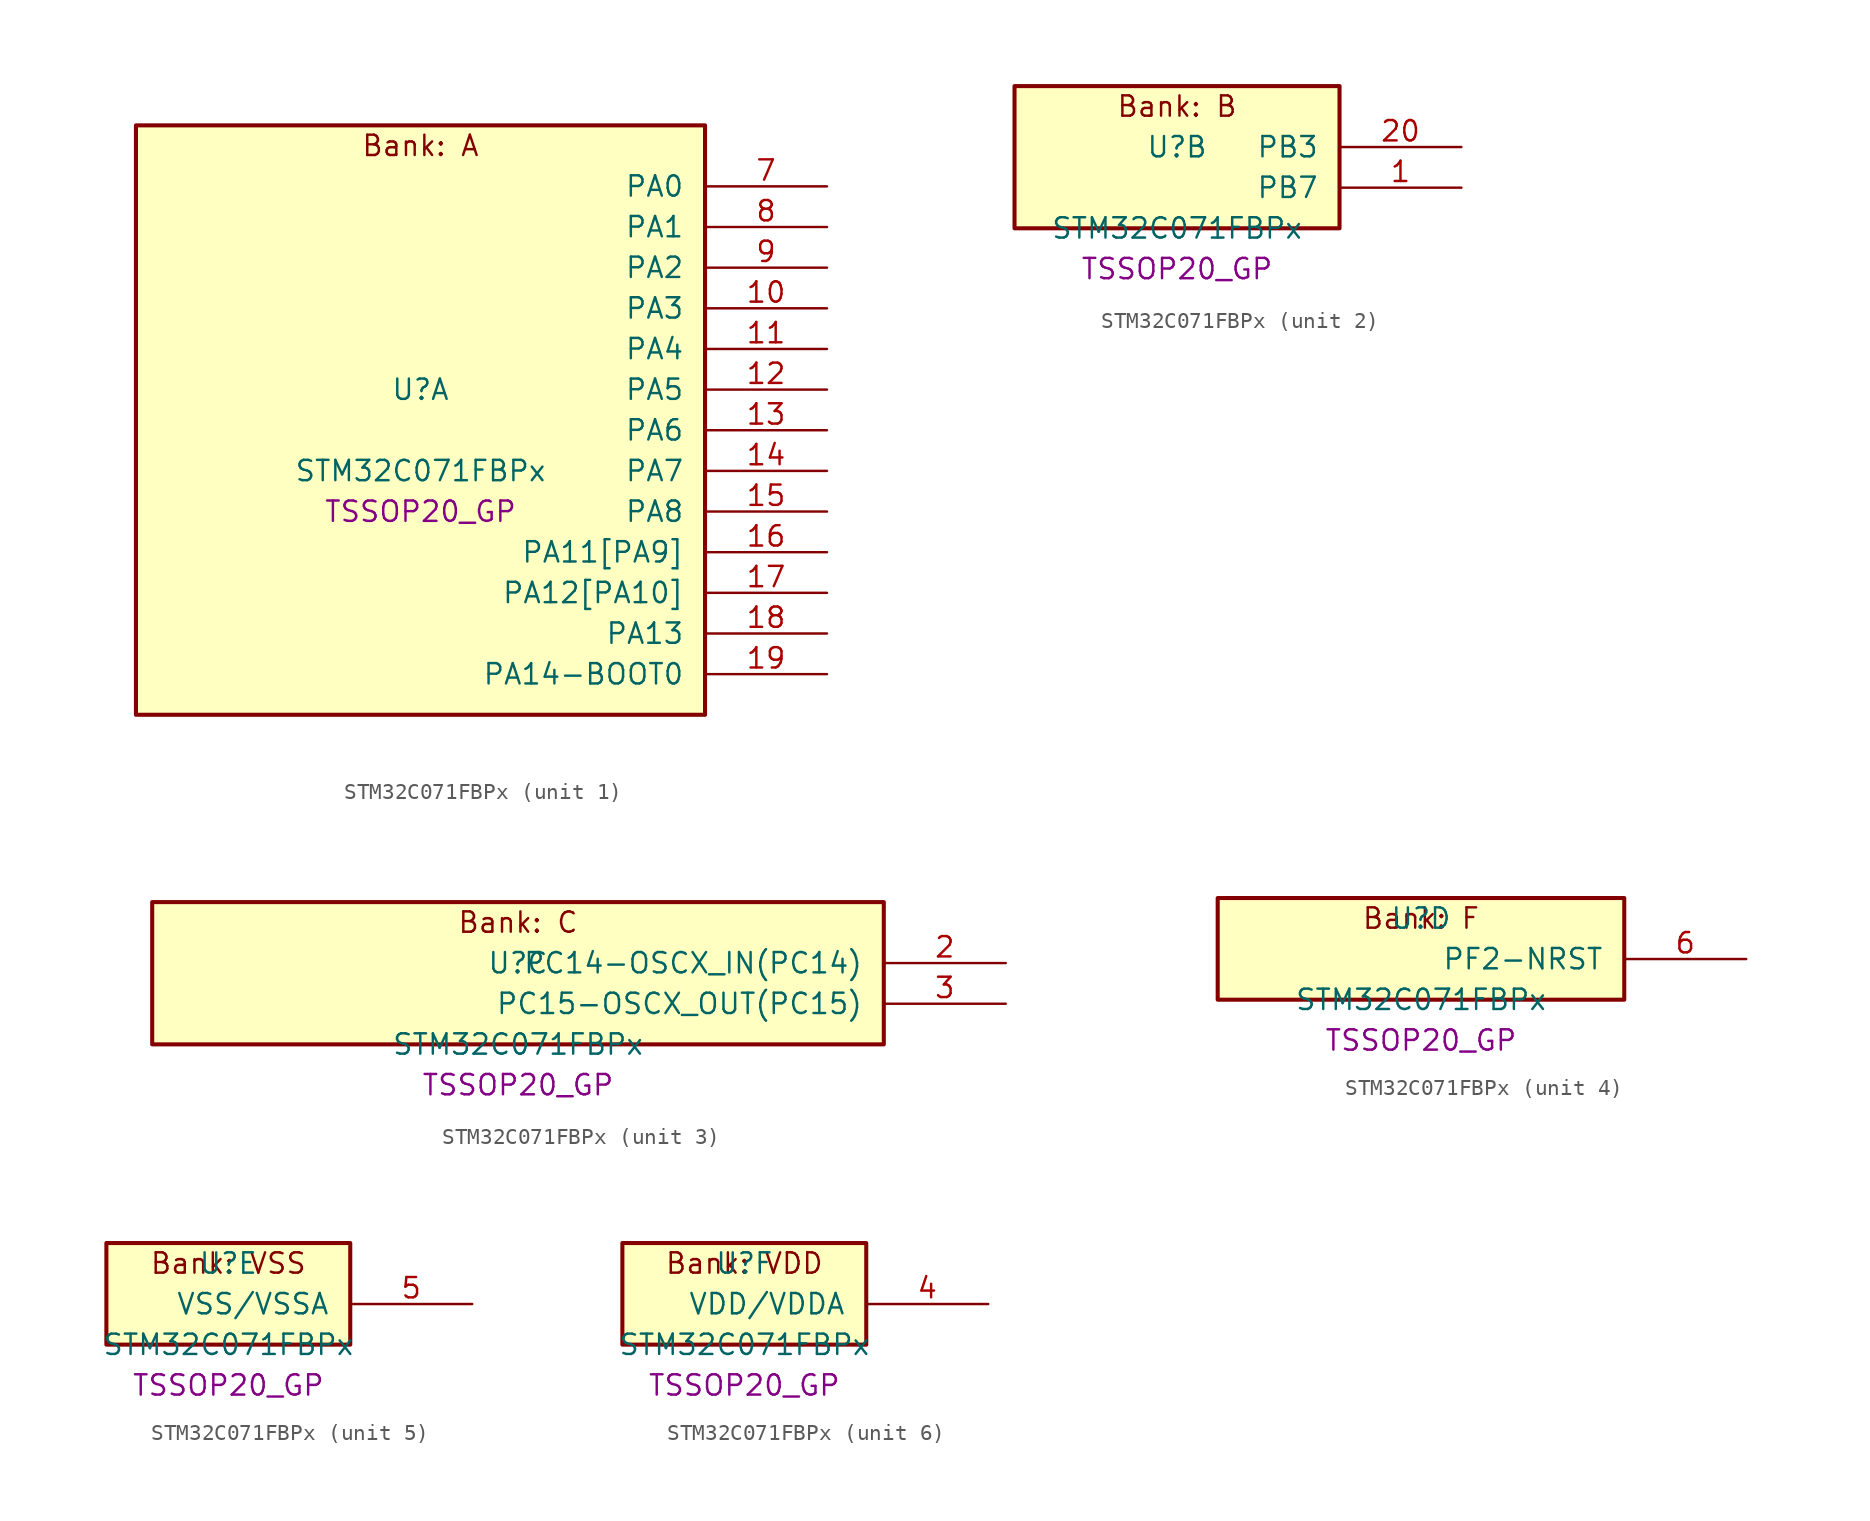
<source format=kicad_sym>
(kicad_symbol_lib
  (version 20241209)
  (generator "stm32_pkl_generator")
  (generator_version "1.0")
  (symbol "STM32C071FBPx"
    (pin_names
      (offset 1.27))
    (property "Reference" "U"
      (at 0 2.54 0))
    (property "Value" "STM32C071FBPx"
      (at 0 -2.54 0))
    (property "Footprint" "TSSOP20_GP"
      (at 0 -5.08 0))
    (symbol "STM32C071FBPx_1_1"
      (rectangle (start -17.78 19.05) (end 17.78 -17.78) (stroke (width 0.254) (type solid)) (fill (type background)))
      (text "Bank: A" (at 0 17.78 0))
      (pin bidirectional line (at 25.4 15.24 180) (length 7.62) (name "PA0") (number "7") (alternate "PA0/ADC1_IN0" bidirectional line) (alternate "PA0/PWR_WKUP1" bidirectional line) (alternate "PA0/SPI2_SCK" bidirectional line) (alternate "PA0/TIM16_CH1" bidirectional line) (alternate "PA0/TIM1_CH1" bidirectional line) (alternate "PA0/TIM2_CH1" bidirectional line) (alternate "PA0/TIM2_ETR" bidirectional line) (alternate "PA0/USART1_TX" bidirectional line) (alternate "PA0/USART2_CTS" bidirectional line) (alternate "PA0/USART2_NSS" bidirectional line))
      (pin bidirectional line (at 25.4 12.7 180) (length 7.62) (name "PA1") (number "8") (alternate "PA1/ADC1_IN1" bidirectional line) (alternate "PA1/I2C1_SMBA" bidirectional line) (alternate "PA1/I2S1_CK" bidirectional line) (alternate "PA1/SPI1_SCK" bidirectional line) (alternate "PA1/TIM17_CH1" bidirectional line) (alternate "PA1/TIM1_CH2" bidirectional line) (alternate "PA1/TIM2_CH2" bidirectional line) (alternate "PA1/USART1_RX" bidirectional line) (alternate "PA1/USART2_CK" bidirectional line) (alternate "PA1/USART2_DE" bidirectional line) (alternate "PA1/USART2_RTS" bidirectional line))
      (pin bidirectional line (at 25.4 10.16 180) (length 7.62) (name "PA2") (number "9") (alternate "PA2/ADC1_IN2" bidirectional line) (alternate "PA2/I2S1_SD" bidirectional line) (alternate "PA2/PWR_WKUP4" bidirectional line) (alternate "PA2/RCC_LSCO" bidirectional line) (alternate "PA2/SPI1_MOSI" bidirectional line) (alternate "PA2/TIM16_CH1N" bidirectional line) (alternate "PA2/TIM1_CH3" bidirectional line) (alternate "PA2/TIM2_CH3" bidirectional line) (alternate "PA2/TIM3_ETR" bidirectional line) (alternate "PA2/USART2_TX" bidirectional line))
      (pin bidirectional line (at 25.4 7.62 180) (length 7.62) (name "PA3") (number "10") (alternate "PA3/ADC1_IN3" bidirectional line) (alternate "PA3/SPI2_MISO" bidirectional line) (alternate "PA3/TIM1_CH1N" bidirectional line) (alternate "PA3/TIM1_CH4" bidirectional line) (alternate "PA3/TIM2_CH4" bidirectional line) (alternate "PA3/USART2_RX" bidirectional line))
      (pin bidirectional line (at 25.4 5.08 180) (length 7.62) (name "PA4") (number "11") (alternate "PA4/ADC1_IN4" bidirectional line) (alternate "PA4/I2S1_WS" bidirectional line) (alternate "PA4/PWR_WKUP2" bidirectional line) (alternate "PA4/RTC_OUT1" bidirectional line) (alternate "PA4/RTC_TS" bidirectional line) (alternate "PA4/SPI1_NSS" bidirectional line) (alternate "PA4/SPI2_MOSI" bidirectional line) (alternate "PA4/TIM14_CH1" bidirectional line) (alternate "PA4/TIM17_CH1N" bidirectional line) (alternate "PA4/TIM1_CH2N" bidirectional line) (alternate "PA4/USART2_TX" bidirectional line) (alternate "PA4/USB_NOE" bidirectional line))
      (pin bidirectional line (at 25.4 2.54 180) (length 7.62) (name "PA5") (number "12") (alternate "PA5/ADC1_IN5" bidirectional line) (alternate "PA5/I2S1_CK" bidirectional line) (alternate "PA5/SPI1_SCK" bidirectional line) (alternate "PA5/TIM1_CH1" bidirectional line) (alternate "PA5/TIM1_CH3N" bidirectional line) (alternate "PA5/TIM2_CH1" bidirectional line) (alternate "PA5/TIM2_ETR" bidirectional line) (alternate "PA5/USART2_RX" bidirectional line))
      (pin bidirectional line (at 25.4 0 180) (length 7.62) (name "PA6") (number "13") (alternate "PA6/ADC1_IN6" bidirectional line) (alternate "PA6/I2C2_SDA" bidirectional line) (alternate "PA6/I2S1_MCK" bidirectional line) (alternate "PA6/SPI1_MISO" bidirectional line) (alternate "PA6/TIM16_CH1" bidirectional line) (alternate "PA6/TIM1_BKIN" bidirectional line) (alternate "PA6/TIM3_CH1" bidirectional line))
      (pin bidirectional line (at 25.4 -2.54 180) (length 7.62) (name "PA7") (number "14") (alternate "PA7/ADC1_IN7" bidirectional line) (alternate "PA7/I2C2_SCL" bidirectional line) (alternate "PA7/I2S1_SD" bidirectional line) (alternate "PA7/SPI1_MOSI" bidirectional line) (alternate "PA7/TIM14_CH1" bidirectional line) (alternate "PA7/TIM17_CH1" bidirectional line) (alternate "PA7/TIM1_CH1N" bidirectional line) (alternate "PA7/TIM3_CH2" bidirectional line))
      (pin bidirectional line (at 25.4 -5.08 180) (length 7.62) (name "PA8") (number "15") (alternate "PA8/ADC1_IN8" bidirectional line) (alternate "PA8/CRS_SYNC" bidirectional line) (alternate "PA8/I2S1_WS" bidirectional line) (alternate "PA8/RCC_MCO" bidirectional line) (alternate "PA8/RCC_MCO_2" bidirectional line) (alternate "PA8/SPI1_NSS" bidirectional line) (alternate "PA8/SPI2_MISO" bidirectional line) (alternate "PA8/SPI2_NSS" bidirectional line) (alternate "PA8/TIM14_CH1" bidirectional line) (alternate "PA8/TIM1_CH1" bidirectional line) (alternate "PA8/TIM1_CH2N" bidirectional line) (alternate "PA8/TIM1_CH3N" bidirectional line) (alternate "PA8/TIM3_CH3" bidirectional line) (alternate "PA8/TIM3_CH4" bidirectional line) (alternate "PA8/USART1_RX" bidirectional line) (alternate "PA8/USART2_TX" bidirectional line))
      (pin bidirectional line (at 25.4 -7.62 180) (length 7.62) (name "PA11[PA9]") (number "16") (alternate "PA11[PA9]/ADC1_EXTI11" bidirectional line) (alternate "PA11[PA9]/I2C2_SCL" bidirectional line) (alternate "PA11[PA9]/I2S1_MCK" bidirectional line) (alternate "PA11[PA9]/SPI1_MISO" bidirectional line) (alternate "PA11[PA9]/TIM1_BKIN2" bidirectional line) (alternate "PA11[PA9]/TIM1_CH4" bidirectional line) (alternate "PA11[PA9]/USART1_CTS" bidirectional line) (alternate "PA11[PA9]/USART1_NSS" bidirectional line) (alternate "PA11[PA9]/USB_DM" bidirectional line) (alternate "PA11[PA9]/PA9[PA11]" bidirectional line) (alternate "PA11[PA9]/I2C1_SCL" bidirectional line) (alternate "PA11[PA9]/RCC_MCO" bidirectional line) (alternate "PA11[PA9]/SPI2_MISO" bidirectional line) (alternate "PA11[PA9]/TIM1_CH2" bidirectional line) (alternate "PA11[PA9]/TIM3_ETR" bidirectional line) (alternate "PA11[PA9]/USART1_TX" bidirectional line))
      (pin bidirectional line (at 25.4 -10.16 180) (length 7.62) (name "PA12[PA10]") (number "17") (alternate "PA12[PA10]/I2C2_SDA" bidirectional line) (alternate "PA12[PA10]/I2S1_SD" bidirectional line) (alternate "PA12[PA10]/I2S_CKIN" bidirectional line) (alternate "PA12[PA10]/SPI1_MOSI" bidirectional line) (alternate "PA12[PA10]/TIM1_ETR" bidirectional line) (alternate "PA12[PA10]/USART1_CK" bidirectional line) (alternate "PA12[PA10]/USART1_DE" bidirectional line) (alternate "PA12[PA10]/USART1_RTS" bidirectional line) (alternate "PA12[PA10]/USB_DP" bidirectional line) (alternate "PA12[PA10]/PA10[PA12]" bidirectional line) (alternate "PA12[PA10]/I2C1_SDA" bidirectional line) (alternate "PA12[PA10]/RCC_MCO_2" bidirectional line) (alternate "PA12[PA10]/SPI2_MOSI" bidirectional line) (alternate "PA12[PA10]/TIM17_BKIN" bidirectional line) (alternate "PA12[PA10]/TIM1_CH3" bidirectional line) (alternate "PA12[PA10]/USART1_RX" bidirectional line))
      (pin bidirectional line (at 25.4 -12.7 180) (length 7.62) (name "PA13") (number "18") (alternate "PA13/ADC1_IN13" bidirectional line) (alternate "PA13/DEBUG_SWDIO" bidirectional line) (alternate "PA13/IR_OUT" bidirectional line) (alternate "PA13/TIM3_ETR" bidirectional line) (alternate "PA13/USART2_RX" bidirectional line) (alternate "PA13/USB_NOE" bidirectional line))
      (pin bidirectional line (at 25.4 -15.24 180) (length 7.62) (name "PA14-BOOT0") (number "19") (alternate "PA14-BOOT0/ADC1_IN14" bidirectional line) (alternate "PA14-BOOT0/DEBUG_SWCLK" bidirectional line) (alternate "PA14-BOOT0/I2S1_WS" bidirectional line) (alternate "PA14-BOOT0/RCC_MCO_2" bidirectional line) (alternate "PA14-BOOT0/SPI1_NSS" bidirectional line) (alternate "PA14-BOOT0/TIM1_CH1" bidirectional line) (alternate "PA14-BOOT0/USART1_CK" bidirectional line) (alternate "PA14-BOOT0/USART1_DE" bidirectional line) (alternate "PA14-BOOT0/USART1_RTS" bidirectional line) (alternate "PA14-BOOT0/USART2_RX" bidirectional line) (alternate "PA14-BOOT0/USART2_TX" bidirectional line) (alternate "PA14-BOOT0/PA15" bidirectional line) (alternate "PA14-BOOT0/TIM2_CH1" bidirectional line) (alternate "PA14-BOOT0/TIM2_ETR" bidirectional line) (alternate "PA14-BOOT0/USB_NOE" bidirectional line)))
    (symbol "STM32C071FBPx_2_1"
      (rectangle (start -10.16 6.35) (end 10.16 -2.54) (stroke (width 0.254) (type solid)) (fill (type background)))
      (text "Bank: B" (at 0 5.08 0))
      (pin bidirectional line (at 17.78 2.54 180) (length 7.62) (name "PB3") (number "20") (alternate "PB3/I2C2_SCL" bidirectional line) (alternate "PB3/I2S1_CK" bidirectional line) (alternate "PB3/SPI1_SCK" bidirectional line) (alternate "PB3/TIM1_CH2" bidirectional line) (alternate "PB3/TIM2_CH2" bidirectional line) (alternate "PB3/TIM3_CH2" bidirectional line) (alternate "PB3/USART1_CK" bidirectional line) (alternate "PB3/USART1_DE" bidirectional line) (alternate "PB3/USART1_RTS" bidirectional line) (alternate "PB3/PB4" bidirectional line) (alternate "PB3/I2C2_SDA" bidirectional line) (alternate "PB3/I2S1_MCK" bidirectional line) (alternate "PB3/SPI1_MISO" bidirectional line) (alternate "PB3/TIM17_BKIN" bidirectional line) (alternate "PB3/TIM3_CH1" bidirectional line) (alternate "PB3/USART1_CTS" bidirectional line) (alternate "PB3/USART1_NSS" bidirectional line) (alternate "PB3/PB5" bidirectional line) (alternate "PB3/I2C1_SMBA" bidirectional line) (alternate "PB3/I2S1_SD" bidirectional line) (alternate "PB3/PWR_WKUP6" bidirectional line) (alternate "PB3/SPI1_MOSI" bidirectional line) (alternate "PB3/TIM16_BKIN" bidirectional line) (alternate "PB3/TIM3_CH3" bidirectional line) (alternate "PB3/PB6" bidirectional line) (alternate "PB3/I2C1_SCL" bidirectional line) (alternate "PB3/PWR_WKUP3" bidirectional line) (alternate "PB3/SPI2_MISO" bidirectional line) (alternate "PB3/TIM16_CH1N" bidirectional line) (alternate "PB3/TIM1_CH3" bidirectional line) (alternate "PB3/USART1_TX" bidirectional line))
      (pin bidirectional line (at 17.78 0 180) (length 7.62) (name "PB7") (number "1") (alternate "PB7/I2C1_SCL" bidirectional line) (alternate "PB7/I2C1_SDA" bidirectional line) (alternate "PB7/RTC_REFIN" bidirectional line) (alternate "PB7/SPI2_MOSI" bidirectional line) (alternate "PB7/TIM16_CH1" bidirectional line) (alternate "PB7/TIM17_CH1N" bidirectional line) (alternate "PB7/TIM1_CH4" bidirectional line) (alternate "PB7/TIM3_CH1" bidirectional line) (alternate "PB7/TIM3_CH4" bidirectional line) (alternate "PB7/USART1_RX" bidirectional line) (alternate "PB7/USART2_CTS" bidirectional line) (alternate "PB7/USART2_NSS" bidirectional line) (alternate "PB7/PB8" bidirectional line) (alternate "PB7/SPI2_SCK" bidirectional line)))
    (symbol "STM32C071FBPx_3_1"
      (rectangle (start -22.86 6.35) (end 22.86 -2.54) (stroke (width 0.254) (type solid)) (fill (type background)))
      (text "Bank: C" (at 0 5.08 0))
      (pin bidirectional line (at 30.48 2.54 180) (length 7.62) (name "PC14-OSCX_IN(PC14)") (number "2") (alternate "PC14-OSCX_IN(PC14)/I2C1_SDA" bidirectional line) (alternate "PC14-OSCX_IN(PC14)/IR_OUT" bidirectional line) (alternate "PC14-OSCX_IN(PC14)/RCC_OSCX_IN" bidirectional line) (alternate "PC14-OSCX_IN(PC14)/SPI2_NSS" bidirectional line) (alternate "PC14-OSCX_IN(PC14)/TIM17_CH1" bidirectional line) (alternate "PC14-OSCX_IN(PC14)/TIM1_BKIN2" bidirectional line) (alternate "PC14-OSCX_IN(PC14)/TIM1_ETR" bidirectional line) (alternate "PC14-OSCX_IN(PC14)/TIM3_CH2" bidirectional line) (alternate "PC14-OSCX_IN(PC14)/USART1_TX" bidirectional line) (alternate "PC14-OSCX_IN(PC14)/USART2_CK" bidirectional line) (alternate "PC14-OSCX_IN(PC14)/USART2_DE" bidirectional line) (alternate "PC14-OSCX_IN(PC14)/USART2_RTS" bidirectional line))
      (pin bidirectional line (at 30.48 0 180) (length 7.62) (name "PC15-OSCX_OUT(PC15)") (number "3") (alternate "PC15-OSCX_OUT(PC15)/RCC_OSC32_EN" bidirectional line) (alternate "PC15-OSCX_OUT(PC15)/RCC_OSCX_OUT" bidirectional line) (alternate "PC15-OSCX_OUT(PC15)/RCC_OSC_EN" bidirectional line) (alternate "PC15-OSCX_OUT(PC15)/TIM1_ETR" bidirectional line) (alternate "PC15-OSCX_OUT(PC15)/TIM3_CH3" bidirectional line)))
    (symbol "STM32C071FBPx_4_1"
      (rectangle (start -12.7 3.81) (end 12.7 -2.54) (stroke (width 0.254) (type solid)) (fill (type background)))
      (text "Bank: F" (at 0 2.54 0))
      (pin bidirectional line (at 20.32 0 180) (length 7.62) (name "PF2-NRST") (number "6") (alternate "PF2-NRST/RCC_MCO" bidirectional line) (alternate "PF2-NRST/TIM1_CH4" bidirectional line)))
    (symbol "STM32C071FBPx_5_1"
      (rectangle (start -7.62 3.81) (end 7.62 -2.54) (stroke (width 0.254) (type solid)) (fill (type background)))
      (text "Bank: VSS" (at 0 2.54 0))
      (pin power_in line (at 15.24 0 180) (length 7.62) (name "VSS/VSSA") (number "5")))
    (symbol "STM32C071FBPx_6_1"
      (rectangle (start -7.62 3.81) (end 7.62 -2.54) (stroke (width 0.254) (type solid)) (fill (type background)))
      (text "Bank: VDD" (at 0 2.54 0))
      (pin power_in line (at 15.24 0 180) (length 7.62) (name "VDD/VDDA") (number "4")))))
</source>
